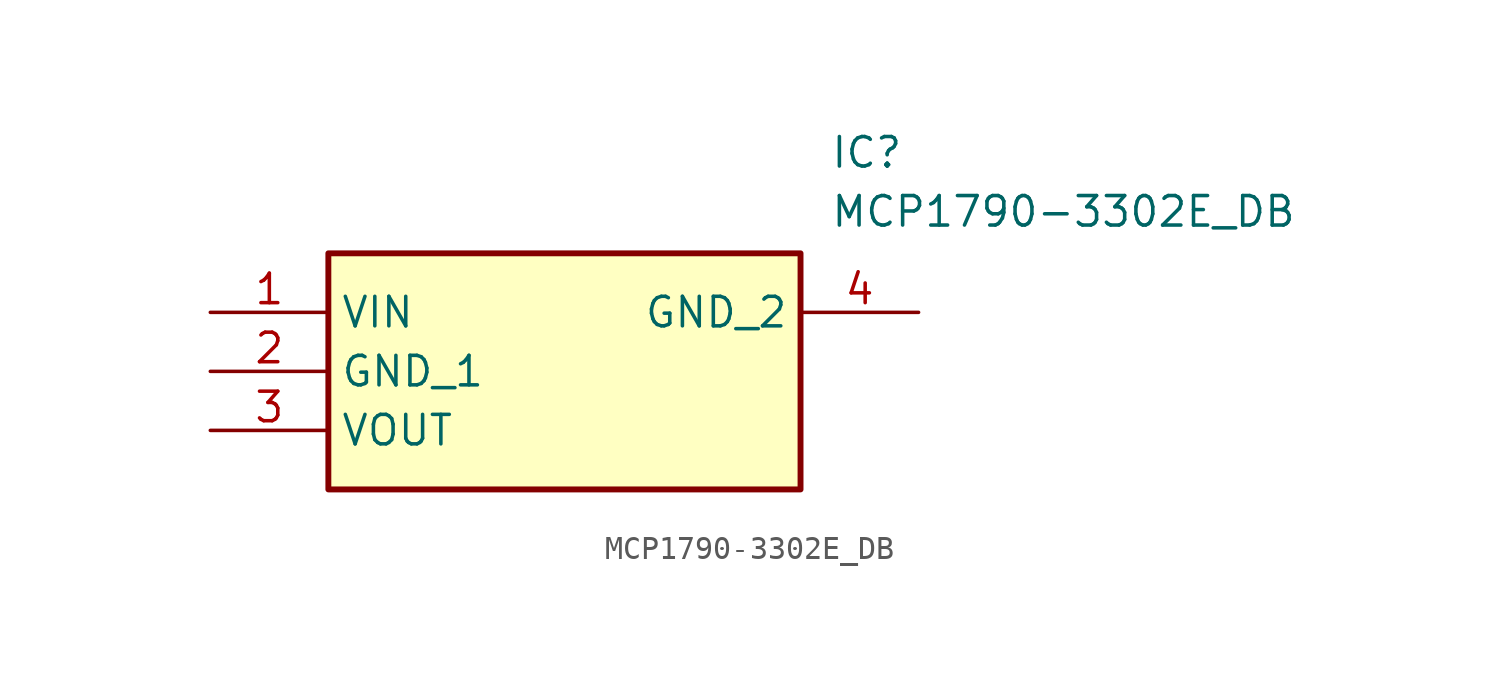
<source format=kicad_sym>
(kicad_symbol_lib
  (version 20211014)
  (generator SamacSys_ECAD_Model)
  (symbol "MCP1790-3302E_DB"
    (property "Reference" "IC"
      (at 26.67 7.62 0)
      (effects (font (size 1.27 1.27)) (justify left top)))
    (property "Value" "MCP1790-3302E_DB"
      (at 26.67 5.08 0)
      (effects (font (size 1.27 1.27)) (justify left top)))
    (rectangle
      (start 5.08 2.54)
      (end 25.4 -7.62)
      (stroke (width 0.254) (type default))
      (fill (type background)))
    (pin passive line
      (at 0 0 0)
      (length 5.08)
      (name "VIN" (effects (font (size 1.27 1.27))))
      (number "1" (effects (font (size 1.27 1.27)))))
    (pin passive line
      (at 0 -2.54 0)
      (length 5.08)
      (name "GND_1" (effects (font (size 1.27 1.27))))
      (number "2" (effects (font (size 1.27 1.27)))))
    (pin passive line
      (at 0 -5.08 0)
      (length 5.08)
      (name "VOUT" (effects (font (size 1.27 1.27))))
      (number "3" (effects (font (size 1.27 1.27)))))
    (pin passive line
      (at 30.48 0 180)
      (length 5.08)
      (name "GND_2" (effects (font (size 1.27 1.27))))
      (number "4" (effects (font (size 1.27 1.27)))))))
</source>
